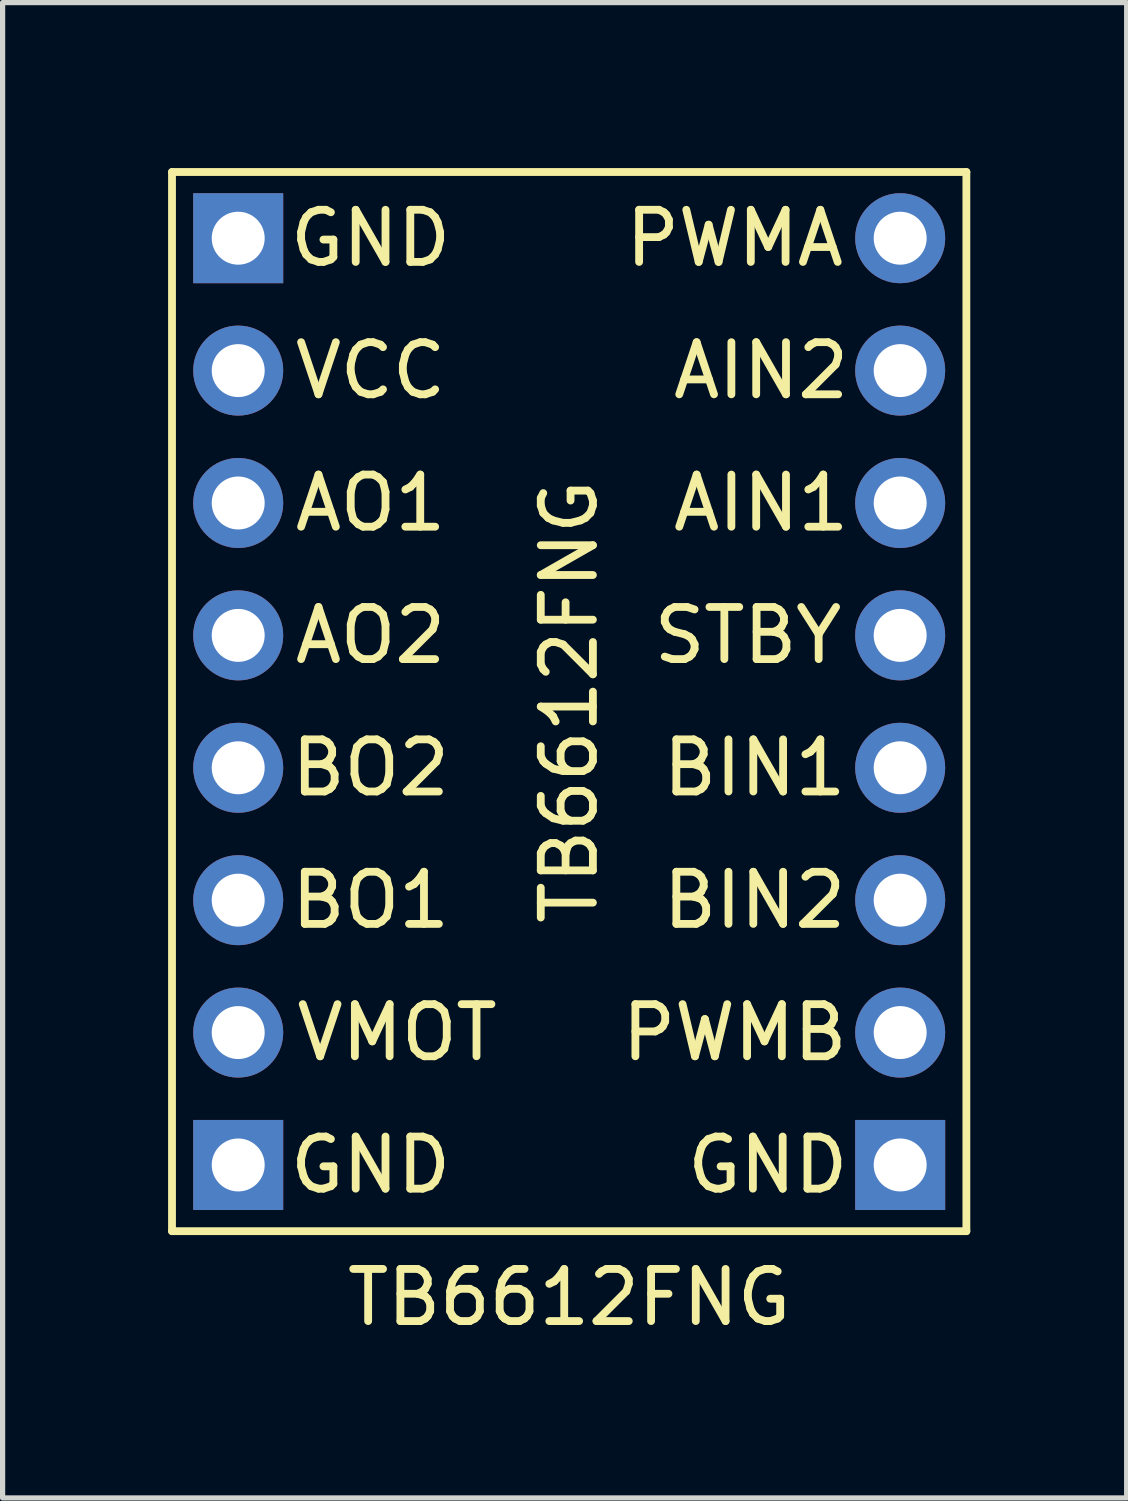
<source format=kicad_pcb>
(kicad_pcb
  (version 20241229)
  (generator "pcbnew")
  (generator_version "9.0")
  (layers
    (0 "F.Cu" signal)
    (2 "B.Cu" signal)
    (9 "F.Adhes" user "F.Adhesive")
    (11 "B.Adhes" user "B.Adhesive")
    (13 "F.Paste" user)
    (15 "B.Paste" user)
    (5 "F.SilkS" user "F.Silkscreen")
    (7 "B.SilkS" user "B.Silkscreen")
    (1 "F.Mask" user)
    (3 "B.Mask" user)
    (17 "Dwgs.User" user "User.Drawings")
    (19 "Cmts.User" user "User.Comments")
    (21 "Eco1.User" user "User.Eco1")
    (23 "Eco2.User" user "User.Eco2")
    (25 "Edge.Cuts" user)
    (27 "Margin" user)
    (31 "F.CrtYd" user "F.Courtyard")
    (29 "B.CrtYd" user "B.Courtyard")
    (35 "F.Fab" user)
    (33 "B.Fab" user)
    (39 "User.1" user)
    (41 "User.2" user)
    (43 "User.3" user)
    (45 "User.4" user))
  (footprint "TB6612FNG"
    (layer "F.Cu")
    (at 0.25 0.25)
    (property "Reference" "TB6612FNG" (at 7.62 21.59 0) (layer "F.SilkS") (effects (font (size 1 1) (thickness 0.15))))
    (attr through_hole)
    (fp_line (start 0 0) (end 0 20.32) (stroke (width 0.15) (type solid)) (layer "F.SilkS"))
    (fp_line (start 0 20.32) (end 15.24 20.32) (stroke (width 0.15) (type solid)) (layer "F.SilkS"))
    (fp_line (start 15.24 0) (end 0 0) (stroke (width 0.15) (type solid)) (layer "F.SilkS"))
    (fp_line (start 15.24 20.32) (end 15.24 0) (stroke (width 0.15) (type solid)) (layer "F.SilkS"))
    (fp_text user "BO2" (at 3.81 11.43 0) (layer "F.SilkS") (effects (font (size 1 1) (thickness 0.15))))
    (fp_text user "AO1" (at 3.81 6.35 0) (layer "F.SilkS") (effects (font (size 1 1) (thickness 0.15))))
    (fp_text user "AIN1" (at 11.303 6.35 0) (layer "F.SilkS") (effects (font (size 1 1) (thickness 0.15))))
    (fp_text user "AO2" (at 3.81 8.89 0) (layer "F.SilkS") (effects (font (size 1 1) (thickness 0.15))))
    (fp_text user "PWMA" (at 10.795 1.27 0) (layer "F.SilkS") (effects (font (size 1 1) (thickness 0.15))))
    (fp_text user "TB6612FNG" (at 7.62 10.16 90) (layer "F.SilkS") (effects (font (size 1 1) (thickness 0.15))))
    (fp_text user "PWMB" (at 10.795 16.51 0) (layer "F.SilkS") (effects (font (size 1 1) (thickness 0.15))))
    (fp_text user "VMOT" (at 4.318 16.51 0) (layer "F.SilkS") (effects (font (size 1 1) (thickness 0.15))))
    (fp_text user "BIN2" (at 11.176 13.97 0) (layer "F.SilkS") (effects (font (size 1 1) (thickness 0.15))))
    (fp_text user "VCC" (at 3.81 3.81 0) (layer "F.SilkS") (effects (font (size 1 1) (thickness 0.15))))
    (fp_text user "GND" (at 3.81 19.05 0) (layer "F.SilkS") (effects (font (size 1 1) (thickness 0.15))))
    (fp_text user "GND" (at 11.43 19.05 0) (layer "F.SilkS") (effects (font (size 1 1) (thickness 0.15))))
    (fp_text user "BO1" (at 3.81 13.97 0) (layer "F.SilkS") (effects (font (size 1 1) (thickness 0.15))))
    (fp_text user "BIN1" (at 11.176 11.43 0) (layer "F.SilkS") (effects (font (size 1 1) (thickness 0.15))))
    (fp_text user "STBY" (at 11.049 8.89 0) (layer "F.SilkS") (effects (font (size 1 1) (thickness 0.15))))
    (fp_text user "GND" (at 3.81 1.27 0) (layer "F.SilkS") (effects (font (size 1 1) (thickness 0.15))))
    (fp_text user "AIN2" (at 11.303 3.81 0) (layer "F.SilkS") (effects (font (size 1 1) (thickness 0.15))))
    (pad "1" thru_hole rect (at 1.27 1.27) (size 1.727 1.727) (drill 1.016) (layers "*.Cu" "*.Mask"))
    (pad "2" thru_hole circle (at 1.27 3.81) (size 1.727 1.727) (drill 1.016) (layers "*.Cu" "*.Mask"))
    (pad "3" thru_hole circle (at 1.27 6.35) (size 1.727 1.727) (drill 1.016) (layers "*.Cu" "*.Mask"))
    (pad "4" thru_hole circle (at 1.27 8.89) (size 1.727 1.727) (drill 1.016) (layers "*.Cu" "*.Mask"))
    (pad "5" thru_hole circle (at 1.27 11.43) (size 1.727 1.727) (drill 1.016) (layers "*.Cu" "*.Mask"))
    (pad "6" thru_hole circle (at 1.27 13.97) (size 1.727 1.727) (drill 1.016) (layers "*.Cu" "*.Mask"))
    (pad "7" thru_hole circle (at 1.27 16.51) (size 1.727 1.727) (drill 1.016) (layers "*.Cu" "*.Mask"))
    (pad "8" thru_hole rect (at 1.27 19.05) (size 1.727 1.727) (drill 1.016) (layers "*.Cu" "*.Mask"))
    (pad "9" thru_hole rect (at 13.97 19.05) (size 1.727 1.727) (drill 1.016) (layers "*.Cu" "*.Mask"))
    (pad "10" thru_hole circle (at 13.97 16.51) (size 1.727 1.727) (drill 1.016) (layers "*.Cu" "*.Mask"))
    (pad "11" thru_hole circle (at 13.97 13.97) (size 1.727 1.727) (drill 1.016) (layers "*.Cu" "*.Mask"))
    (pad "12" thru_hole circle (at 13.97 11.43) (size 1.727 1.727) (drill 1.016) (layers "*.Cu" "*.Mask"))
    (pad "13" thru_hole circle (at 13.97 8.89) (size 1.727 1.727) (drill 1.016) (layers "*.Cu" "*.Mask"))
    (pad "14" thru_hole circle (at 13.97 6.35) (size 1.727 1.727) (drill 1.016) (layers "*.Cu" "*.Mask"))
    (pad "15" thru_hole circle (at 13.97 3.81) (size 1.727 1.727) (drill 1.016) (layers "*.Cu" "*.Mask"))
    (pad "16" thru_hole circle (at 13.97 1.27) (size 1.727 1.727) (drill 1.016) (layers "*.Cu" "*.Mask")))
  (gr_rect
    (start -3 -3)
    (end 18.565 25.688)
    (stroke (width 0.1) (type default))
    (fill no)
    (layer "Edge.Cuts")))
</source>
